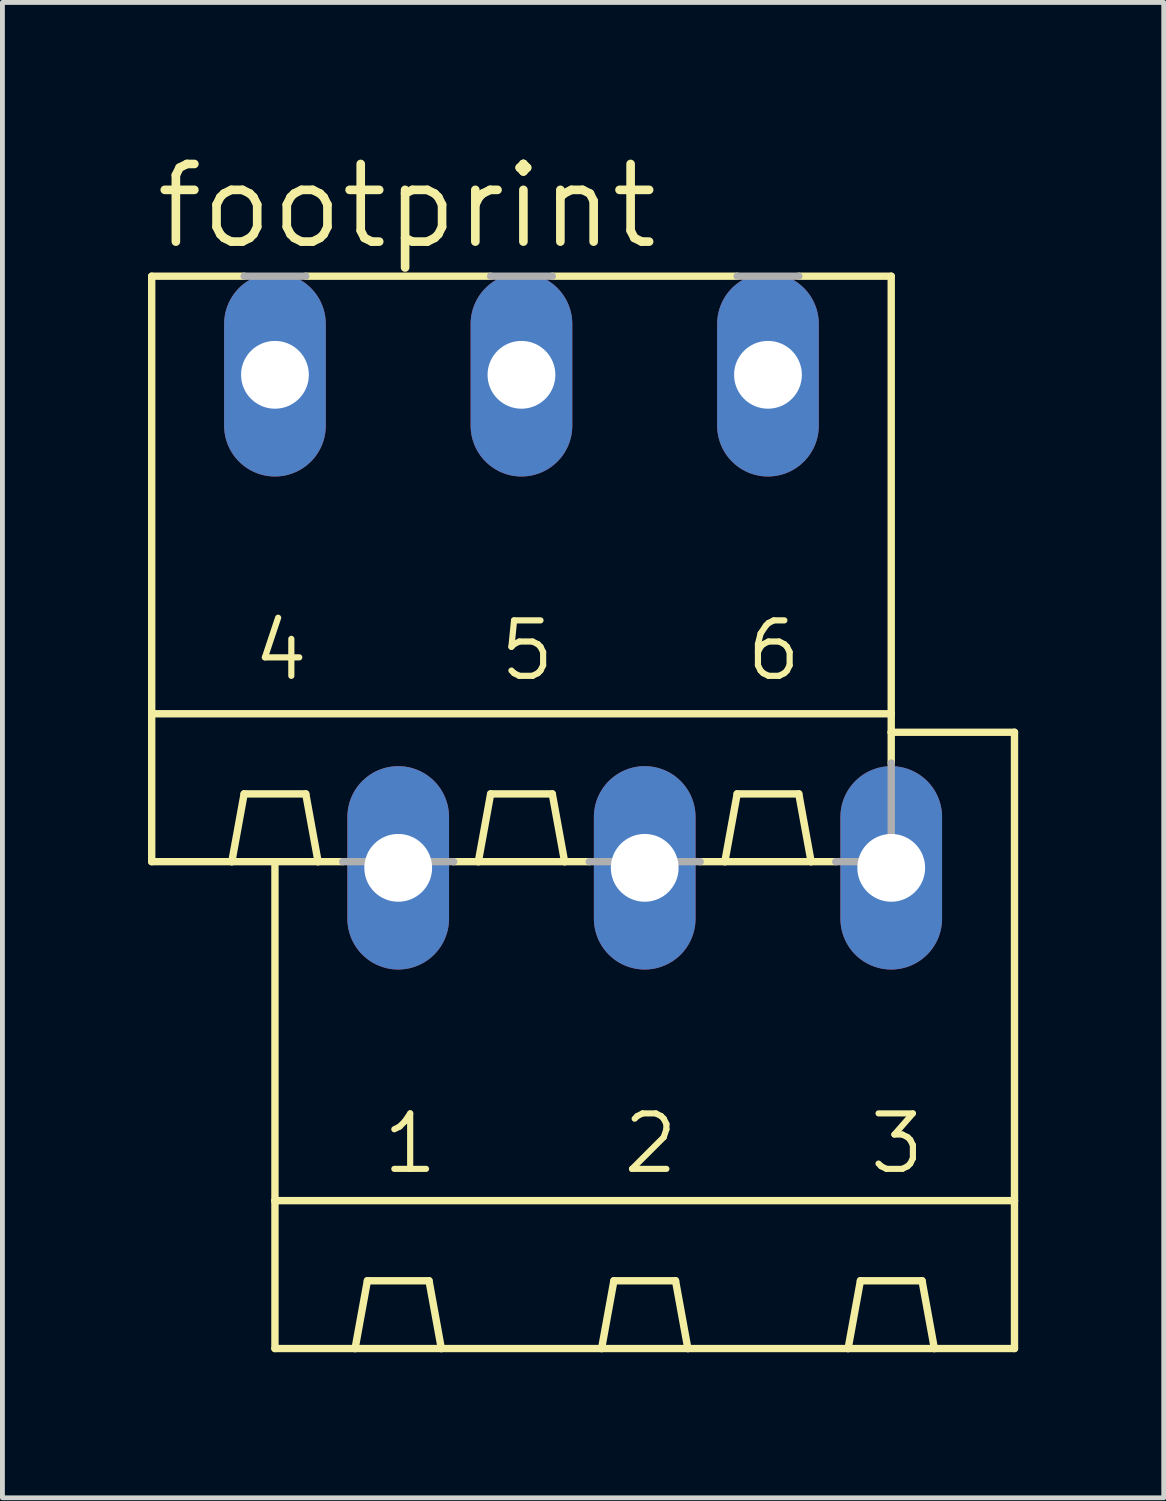
<source format=kicad_pcb>
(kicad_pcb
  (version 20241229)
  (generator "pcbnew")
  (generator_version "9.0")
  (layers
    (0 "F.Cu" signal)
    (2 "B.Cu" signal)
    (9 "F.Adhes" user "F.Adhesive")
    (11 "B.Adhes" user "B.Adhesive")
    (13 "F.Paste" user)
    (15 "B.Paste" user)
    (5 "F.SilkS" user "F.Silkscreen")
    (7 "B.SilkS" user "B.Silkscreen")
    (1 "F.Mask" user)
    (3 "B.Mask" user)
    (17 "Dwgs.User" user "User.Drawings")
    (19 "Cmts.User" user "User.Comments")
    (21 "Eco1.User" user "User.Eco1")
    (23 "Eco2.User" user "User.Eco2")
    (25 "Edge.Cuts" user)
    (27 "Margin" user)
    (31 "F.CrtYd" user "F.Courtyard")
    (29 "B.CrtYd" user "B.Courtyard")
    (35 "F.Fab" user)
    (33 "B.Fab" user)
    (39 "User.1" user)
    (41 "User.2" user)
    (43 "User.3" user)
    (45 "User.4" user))
  (footprint "footprint"
    (layer "F.Cu")
    (at 8.966 9.754)
    (property "Reference" "footprint" (at -8.89 -7.62 0) (layer "F.SilkS") (effects (font (size 1.6 1.6) (thickness 0.178)) (justify left bottom)))
    (fp_line (start -8.89 -7.112) (end -8.89 1.905) (stroke (width 0.152) (type solid)) (layer "F.SilkS"))
    (fp_line (start -8.89 -7.112) (end -6.985 -7.112) (stroke (width 0.152) (type solid)) (layer "F.SilkS"))
    (fp_line (start -8.89 1.905) (end -8.89 4.953) (stroke (width 0.152) (type solid)) (layer "F.SilkS"))
    (fp_line (start -8.89 1.905) (end 6.35 1.905) (stroke (width 0.152) (type solid)) (layer "F.SilkS"))
    (fp_line (start -8.89 4.953) (end -7.239 4.953) (stroke (width 0.152) (type solid)) (layer "F.SilkS"))
    (fp_line (start -7.239 4.953) (end -6.985 3.556) (stroke (width 0.152) (type solid)) (layer "F.SilkS"))
    (fp_line (start -7.239 4.953) (end -6.35 4.953) (stroke (width 0.152) (type solid)) (layer "F.SilkS"))
    (fp_line (start -6.985 3.556) (end -5.715 3.556) (stroke (width 0.152) (type solid)) (layer "F.SilkS"))
    (fp_line (start -6.35 4.953) (end -5.461 4.953) (stroke (width 0.152) (type solid)) (layer "F.SilkS"))
    (fp_line (start -6.35 11.938) (end -6.35 4.953) (stroke (width 0.152) (type solid)) (layer "F.SilkS"))
    (fp_line (start -6.35 11.938) (end 8.89 11.938) (stroke (width 0.152) (type solid)) (layer "F.SilkS"))
    (fp_line (start -6.35 14.986) (end -6.35 11.938) (stroke (width 0.152) (type solid)) (layer "F.SilkS"))
    (fp_line (start -6.35 14.986) (end -4.699 14.986) (stroke (width 0.152) (type solid)) (layer "F.SilkS"))
    (fp_line (start -5.715 -7.112) (end -1.905 -7.112) (stroke (width 0.152) (type solid)) (layer "F.SilkS"))
    (fp_line (start -5.715 3.556) (end -5.461 4.953) (stroke (width 0.152) (type solid)) (layer "F.SilkS"))
    (fp_line (start -4.953 4.953) (end -5.461 4.953) (stroke (width 0.152) (type solid)) (layer "F.SilkS"))
    (fp_line (start -4.699 14.986) (end -4.445 13.589) (stroke (width 0.152) (type solid)) (layer "F.SilkS"))
    (fp_line (start -4.699 14.986) (end -2.921 14.986) (stroke (width 0.152) (type solid)) (layer "F.SilkS"))
    (fp_line (start -4.445 13.589) (end -3.175 13.589) (stroke (width 0.152) (type solid)) (layer "F.SilkS"))
    (fp_line (start -3.175 13.589) (end -2.921 14.986) (stroke (width 0.152) (type solid)) (layer "F.SilkS"))
    (fp_line (start -2.921 14.986) (end 0.381 14.986) (stroke (width 0.152) (type solid)) (layer "F.SilkS"))
    (fp_line (start -2.159 4.953) (end -2.667 4.953) (stroke (width 0.152) (type solid)) (layer "F.SilkS"))
    (fp_line (start -2.159 4.953) (end -1.905 3.556) (stroke (width 0.152) (type solid)) (layer "F.SilkS"))
    (fp_line (start -2.159 4.953) (end -0.381 4.953) (stroke (width 0.152) (type solid)) (layer "F.SilkS"))
    (fp_line (start -1.905 3.556) (end -0.635 3.556) (stroke (width 0.152) (type solid)) (layer "F.SilkS"))
    (fp_line (start -0.635 -7.112) (end 3.175 -7.112) (stroke (width 0.152) (type solid)) (layer "F.SilkS"))
    (fp_line (start -0.635 3.556) (end -0.381 4.953) (stroke (width 0.152) (type solid)) (layer "F.SilkS"))
    (fp_line (start -0.381 4.953) (end 0.127 4.953) (stroke (width 0.152) (type solid)) (layer "F.SilkS"))
    (fp_line (start 0.381 14.986) (end 0.635 13.589) (stroke (width 0.152) (type solid)) (layer "F.SilkS"))
    (fp_line (start 0.381 14.986) (end 2.159 14.986) (stroke (width 0.152) (type solid)) (layer "F.SilkS"))
    (fp_line (start 0.635 13.589) (end 1.905 13.589) (stroke (width 0.152) (type solid)) (layer "F.SilkS"))
    (fp_line (start 1.905 13.589) (end 2.159 14.986) (stroke (width 0.152) (type solid)) (layer "F.SilkS"))
    (fp_line (start 2.159 14.986) (end 5.461 14.986) (stroke (width 0.152) (type solid)) (layer "F.SilkS"))
    (fp_line (start 2.921 4.953) (end 2.413 4.953) (stroke (width 0.152) (type solid)) (layer "F.SilkS"))
    (fp_line (start 2.921 4.953) (end 3.175 3.556) (stroke (width 0.152) (type solid)) (layer "F.SilkS"))
    (fp_line (start 2.921 4.953) (end 4.699 4.953) (stroke (width 0.152) (type solid)) (layer "F.SilkS"))
    (fp_line (start 3.175 3.556) (end 4.445 3.556) (stroke (width 0.152) (type solid)) (layer "F.SilkS"))
    (fp_line (start 4.445 -7.112) (end 6.35 -7.112) (stroke (width 0.152) (type solid)) (layer "F.SilkS"))
    (fp_line (start 4.445 3.556) (end 4.699 4.953) (stroke (width 0.152) (type solid)) (layer "F.SilkS"))
    (fp_line (start 4.699 4.953) (end 5.207 4.953) (stroke (width 0.152) (type solid)) (layer "F.SilkS"))
    (fp_line (start 5.461 14.986) (end 5.715 13.589) (stroke (width 0.152) (type solid)) (layer "F.SilkS"))
    (fp_line (start 5.461 14.986) (end 7.239 14.986) (stroke (width 0.152) (type solid)) (layer "F.SilkS"))
    (fp_line (start 5.715 13.589) (end 6.985 13.589) (stroke (width 0.152) (type solid)) (layer "F.SilkS"))
    (fp_line (start 6.35 -7.112) (end 6.35 1.905) (stroke (width 0.152) (type solid)) (layer "F.SilkS"))
    (fp_line (start 6.35 1.905) (end 6.35 2.286) (stroke (width 0.152) (type solid)) (layer "F.SilkS"))
    (fp_line (start 6.35 2.286) (end 6.35 2.921) (stroke (width 0.152) (type solid)) (layer "F.SilkS"))
    (fp_line (start 6.985 13.589) (end 7.239 14.986) (stroke (width 0.152) (type solid)) (layer "F.SilkS"))
    (fp_line (start 7.239 14.986) (end 8.89 14.986) (stroke (width 0.152) (type solid)) (layer "F.SilkS"))
    (fp_line (start 8.89 2.286) (end 6.35 2.286) (stroke (width 0.152) (type solid)) (layer "F.SilkS"))
    (fp_line (start 8.89 2.286) (end 8.89 11.938) (stroke (width 0.152) (type solid)) (layer "F.SilkS"))
    (fp_line (start 8.89 11.938) (end 8.89 14.986) (stroke (width 0.152) (type solid)) (layer "F.SilkS"))
    (fp_line (start -6.985 -7.112) (end -5.715 -7.112) (stroke (width 0.152) (type solid)) (layer "F.Fab"))
    (fp_line (start -4.953 4.953) (end -2.667 4.953) (stroke (width 0.152) (type solid)) (layer "F.Fab"))
    (fp_line (start -1.905 -7.112) (end -0.635 -7.112) (stroke (width 0.152) (type solid)) (layer "F.Fab"))
    (fp_line (start 0.127 4.953) (end 2.413 4.953) (stroke (width 0.152) (type solid)) (layer "F.Fab"))
    (fp_line (start 3.175 -7.112) (end 4.445 -7.112) (stroke (width 0.152) (type solid)) (layer "F.Fab"))
    (fp_line (start 5.207 4.953) (end 6.35 4.953) (stroke (width 0.152) (type solid)) (layer "F.Fab"))
    (fp_line (start 6.35 2.921) (end 6.35 4.953) (stroke (width 0.152) (type solid)) (layer "F.Fab"))
    (fp_text user "2" (at 0.762 11.43 0) (layer "F.SilkS") (effects (font (size 1.143 1.143) (thickness 0.127)) (justify left bottom)))
    (fp_text user "3" (at 5.842 11.43 0) (layer "F.SilkS") (effects (font (size 1.143 1.143) (thickness 0.127)) (justify left bottom)))
    (fp_text user "1" (at -4.191 11.43 0) (layer "F.SilkS") (effects (font (size 1.143 1.143) (thickness 0.127)) (justify left bottom)))
    (fp_text user "5" (at -1.778 1.27 0) (layer "F.SilkS") (effects (font (size 1.143 1.143) (thickness 0.127)) (justify left bottom)))
    (fp_text user "6" (at 3.302 1.27 0) (layer "F.SilkS") (effects (font (size 1.143 1.143) (thickness 0.127)) (justify left bottom)))
    (fp_text user "4" (at -6.858 1.27 0) (layer "F.SilkS") (effects (font (size 1.143 1.143) (thickness 0.127)) (justify left bottom)))
    (pad "1" thru_hole oval (at -3.81 5.08 90) (size 4.191 2.095) (drill 1.397) (layers "*.Cu" "*.Mask"))
    (pad "2" thru_hole oval (at 1.27 5.08 90) (size 4.191 2.095) (drill 1.397) (layers "*.Cu" "*.Mask"))
    (pad "3" thru_hole oval (at 6.35 5.08 90) (size 4.191 2.095) (drill 1.397) (layers "*.Cu" "*.Mask"))
    (pad "4" thru_hole oval (at -6.35 -5.08 90) (size 4.191 2.095) (drill 1.397) (layers "*.Cu" "*.Mask"))
    (pad "5" thru_hole oval (at -1.27 -5.08 90) (size 4.191 2.095) (drill 1.397) (layers "*.Cu" "*.Mask"))
    (pad "6" thru_hole oval (at 3.81 -5.08 90) (size 4.191 2.095) (drill 1.397) (layers "*.Cu" "*.Mask")))
  (gr_rect
    (start -3 -3)
    (end 20.932 27.816)
    (stroke (width 0.1) (type default))
    (fill no)
    (layer "Edge.Cuts")))
</source>
